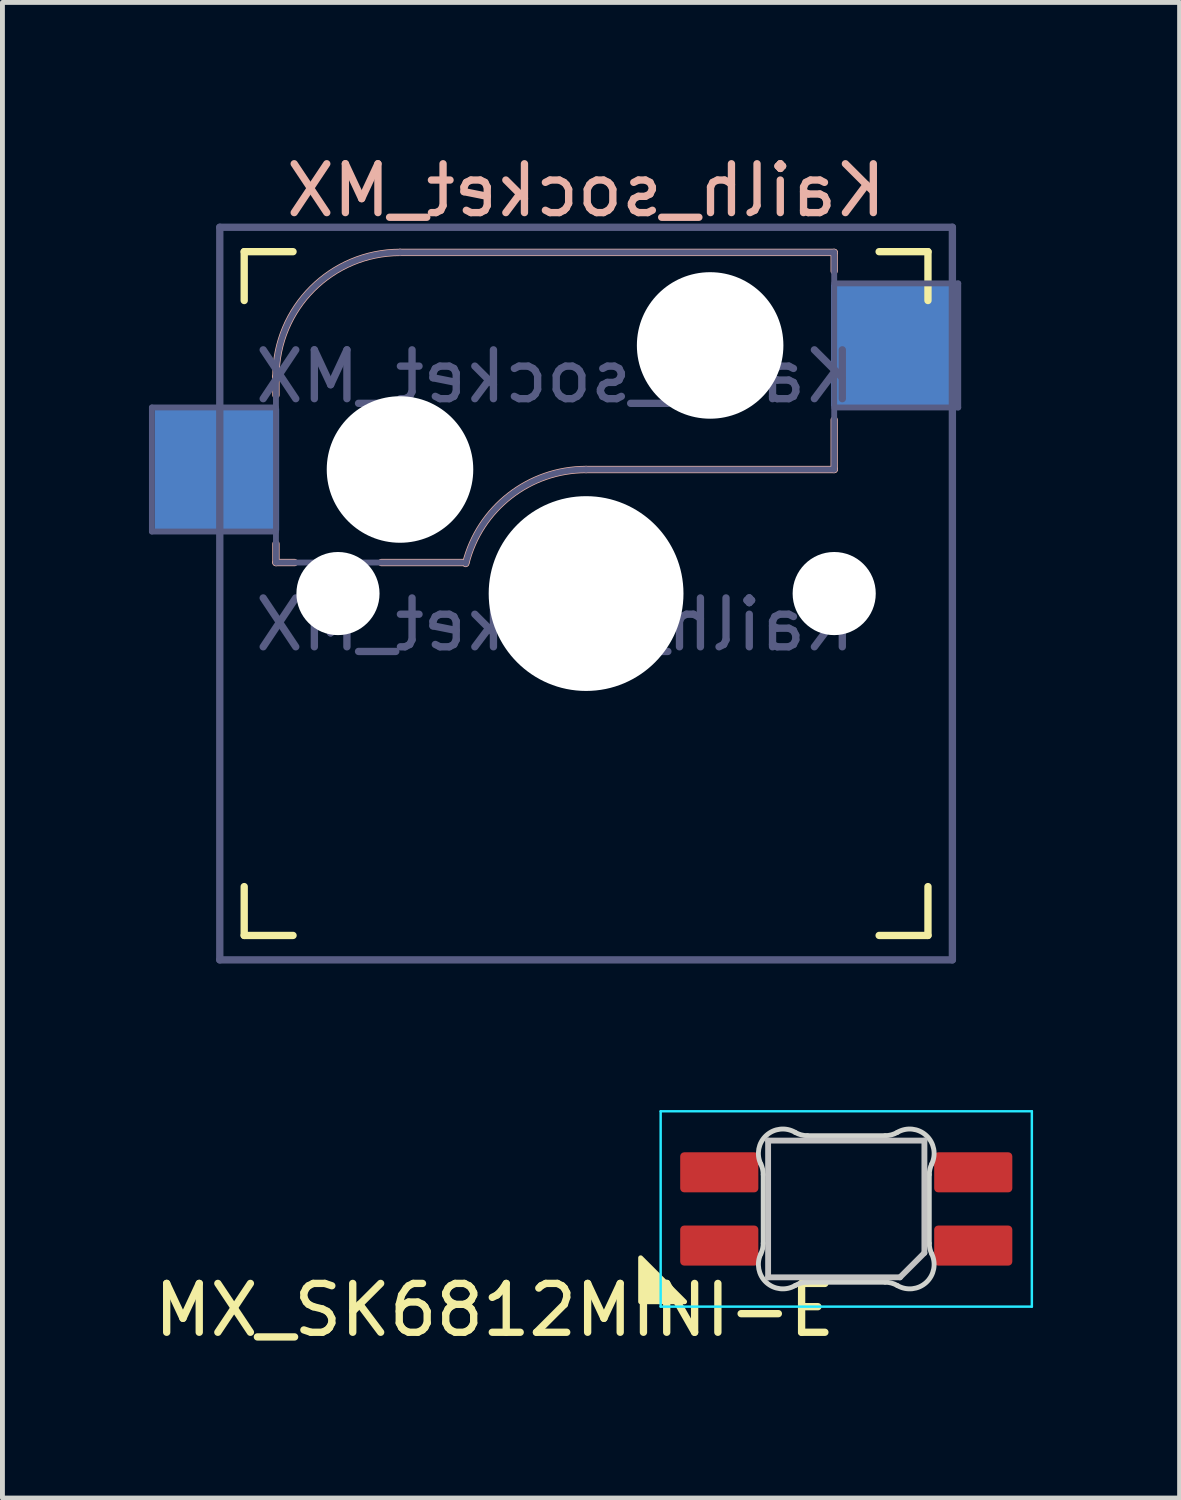
<source format=kicad_pcb>
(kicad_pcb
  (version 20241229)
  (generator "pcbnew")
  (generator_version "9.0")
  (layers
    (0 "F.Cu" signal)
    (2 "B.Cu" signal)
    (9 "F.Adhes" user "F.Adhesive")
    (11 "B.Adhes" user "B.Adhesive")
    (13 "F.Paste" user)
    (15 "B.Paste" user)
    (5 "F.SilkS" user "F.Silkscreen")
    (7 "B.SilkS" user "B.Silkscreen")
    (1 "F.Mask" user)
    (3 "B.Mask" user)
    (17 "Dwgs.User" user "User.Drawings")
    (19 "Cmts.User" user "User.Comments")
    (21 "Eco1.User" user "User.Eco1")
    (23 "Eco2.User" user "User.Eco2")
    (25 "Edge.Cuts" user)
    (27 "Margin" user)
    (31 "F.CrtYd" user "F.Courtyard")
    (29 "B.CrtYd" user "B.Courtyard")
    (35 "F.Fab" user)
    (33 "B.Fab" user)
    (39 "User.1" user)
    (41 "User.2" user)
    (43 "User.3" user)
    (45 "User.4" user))
  (footprint "MX_SK6812MINI-E"
    (layer "F.Cu")
    (at 14.277 21.703)
    (property "Reference" "MX_SK6812MINI-E" (at -7.2 2.07 0) (layer "F.SilkS") (effects (font (size 1 1) (thickness 0.15))))
    (attr through_hole)
    (fp_poly (pts (xy -3.31 1.9) (xy -4.21 1) (xy -4.21 1.9)) (stroke (width 0.1) (type solid)) (fill yes) (layer "F.SilkS"))
    (fp_line (start -1.6 -1.4) (end -1.6 1.4) (stroke (width 0.12) (type solid)) (layer "Dwgs.User"))
    (fp_line (start -1.6 1.4) (end 1.1 1.4) (stroke (width 0.12) (type solid)) (layer "Dwgs.User"))
    (fp_line (start 1.6 -1.4) (end -1.6 -1.4) (stroke (width 0.12) (type solid)) (layer "Dwgs.User"))
    (fp_line (start 1.6 0.9) (end 1.1 1.4) (stroke (width 0.12) (type solid)) (layer "Dwgs.User"))
    (fp_line (start 1.6 0.9) (end 1.6 -1.4) (stroke (width 0.12) (type solid)) (layer "Dwgs.User"))
    (fp_line (start -1.7 0.703) (end -1.7 -0.703) (stroke (width 0.1) (type solid)) (layer "Edge.Cuts"))
    (fp_line (start -0.794 -1.5) (end 0.794 -1.5) (stroke (width 0.1) (type solid)) (layer "Edge.Cuts"))
    (fp_line (start 0.794 1.5) (end -0.794 1.5) (stroke (width 0.1) (type solid)) (layer "Edge.Cuts"))
    (fp_line (start 1.7 -0.703) (end 1.7 0.703) (stroke (width 0.1) (type solid)) (layer "Edge.Cuts"))
    (fp_arc (start -1.749484 -0.919721) (mid -1.712527 -0.814069) (end -1.699999 -0.702843) (stroke (width 0.1) (type solid)) (layer "Edge.Cuts"))
    (fp_arc (start -1.749484 -0.919721) (mid -1.638071 -1.504036) (end -1.046711 -1.5683) (stroke (width 0.1) (type solid)) (layer "Edge.Cuts"))
    (fp_arc (start -1.699999 0.702842) (mid -1.712527 0.814067) (end -1.749484 0.919719) (stroke (width 0.1) (type solid)) (layer "Edge.Cuts"))
    (fp_arc (start -1.046711 1.568296) (mid -1.63807 1.504033) (end -1.749484 0.919719) (stroke (width 0.1) (type solid)) (layer "Edge.Cuts"))
    (fp_arc (start -1.04671 1.568298) (mid -0.925122 1.517376) (end -0.794452 1.499999) (stroke (width 0.1) (type solid)) (layer "Edge.Cuts"))
    (fp_arc (start -0.794453 -1.500001) (mid -0.925123 -1.517378) (end -1.046711 -1.5683) (stroke (width 0.1) (type solid)) (layer "Edge.Cuts"))
    (fp_arc (start 0.794452 1.499999) (mid 0.925123 1.517376) (end 1.046711 1.568298) (stroke (width 0.1) (type solid)) (layer "Edge.Cuts"))
    (fp_arc (start 1.046711 -1.568299) (mid 0.925123 -1.517377) (end 0.794453 -1.5) (stroke (width 0.1) (type solid)) (layer "Edge.Cuts"))
    (fp_arc (start 1.046711 -1.568299) (mid 1.63807 -1.504035) (end 1.749484 -0.919721) (stroke (width 0.1) (type solid)) (layer "Edge.Cuts"))
    (fp_arc (start 1.699999 -0.702844) (mid 1.712527 -0.814069) (end 1.749484 -0.919721) (stroke (width 0.1) (type solid)) (layer "Edge.Cuts"))
    (fp_arc (start 1.749484 0.919718) (mid 1.638072 1.504034) (end 1.046711 1.568298) (stroke (width 0.1) (type solid)) (layer "Edge.Cuts"))
    (fp_arc (start 1.749484 0.919719) (mid 1.712527 0.814067) (end 1.699999 0.702841) (stroke (width 0.1) (type solid)) (layer "Edge.Cuts"))
    (fp_line (start -3.8 -2) (end -3.8 2) (stroke (width 0.05) (type solid)) (layer "B.CrtYd"))
    (fp_line (start -3.8 2) (end 3.8 2) (stroke (width 0.05) (type solid)) (layer "B.CrtYd"))
    (fp_line (start 3.8 -2) (end -3.8 -2) (stroke (width 0.05) (type solid)) (layer "B.CrtYd"))
    (fp_line (start 3.8 2) (end 3.8 -2) (stroke (width 0.05) (type solid)) (layer "B.CrtYd"))
    (pad "1" smd roundrect (at 2.6 -0.75 90) (size 0.82 1.6) (layers "F.Cu" "F.Mask" "F.Paste") (roundrect_rratio 0.1))
    (pad "2" smd roundrect (at 2.6 0.75 90) (size 0.82 1.6) (layers "F.Cu" "F.Mask" "F.Paste") (roundrect_rratio 0.1))
    (pad "3" smd roundrect (at -2.6 0.75 90) (size 0.82 1.6) (layers "F.Cu" "F.Mask" "F.Paste") (roundrect_rratio 0.1))
    (pad "4" smd roundrect (at -2.6 -0.75 90) (size 0.82 1.6) (layers "F.Cu" "F.Mask" "F.Paste") (roundrect_rratio 0.1)))
  (footprint "Kailh_socket_MX"
    (layer "F.Cu")
    (at 8.95 9.103)
    (property "Reference" "Kailh_socket_MX" (at 0 -8.255 0) (layer "B.SilkS") (effects (font (size 1 1) (thickness 0.15)) (justify mirror)))
    (property "Value" "Kailh_socket_MX" (at 0 8.255 0) (layer "B.Fab") (hide yes) (effects (font (size 1 1) (thickness 0.15))))
    (attr smd)
    (fp_line (start -7 -6) (end -7 -7) (stroke (width 0.15) (type solid)) (layer "F.SilkS"))
    (fp_line (start -7 7) (end -7 6) (stroke (width 0.15) (type solid)) (layer "F.SilkS"))
    (fp_line (start -7 7) (end -6 7) (stroke (width 0.15) (type solid)) (layer "F.SilkS"))
    (fp_line (start -6 -7) (end -7 -7) (stroke (width 0.15) (type solid)) (layer "F.SilkS"))
    (fp_line (start 6 7) (end 7 7) (stroke (width 0.15) (type solid)) (layer "F.SilkS"))
    (fp_line (start 7 -7) (end 6 -7) (stroke (width 0.15) (type solid)) (layer "F.SilkS"))
    (fp_line (start 7 -7) (end 7 -6) (stroke (width 0.15) (type solid)) (layer "F.SilkS"))
    (fp_line (start 7 6) (end 7 7) (stroke (width 0.15) (type solid)) (layer "F.SilkS"))
    (fp_line (start -6.35 -4.445) (end -6.35 -4.064) (stroke (width 0.15) (type solid)) (layer "B.SilkS"))
    (fp_line (start -6.35 -1.016) (end -6.35 -0.635) (stroke (width 0.15) (type solid)) (layer "B.SilkS"))
    (fp_line (start -5.969 -0.635) (end -6.35 -0.635) (stroke (width 0.15) (type solid)) (layer "B.SilkS"))
    (fp_line (start -3.81 -6.985) (end 5.08 -6.985) (stroke (width 0.15) (type solid)) (layer "B.SilkS"))
    (fp_line (start -2.464 -0.635) (end -4.191 -0.635) (stroke (width 0.15) (type solid)) (layer "B.SilkS"))
    (fp_line (start 5.08 -6.985) (end 5.08 -6.604) (stroke (width 0.15) (type solid)) (layer "B.SilkS"))
    (fp_line (start 5.08 -3.556) (end 5.08 -2.54) (stroke (width 0.15) (type solid)) (layer "B.SilkS"))
    (fp_line (start 5.08 -2.54) (end 0 -2.54) (stroke (width 0.15) (type solid)) (layer "B.SilkS"))
    (fp_arc (start -6.35 -4.445) (mid -5.606051 -6.241051) (end -3.81 -6.985) (stroke (width 0.15) (type solid)) (layer "B.SilkS"))
    (fp_arc (start -2.464162 -0.61604) (mid -1.563147 -2.002042) (end 0 -2.54) (stroke (width 0.15) (type solid)) (layer "B.SilkS"))
    (fp_line (start -6.9 6.9) (end -6.9 -6.9) (stroke (width 0.15) (type solid)) (layer "Eco2.User"))
    (fp_line (start -6.9 6.9) (end 6.9 6.9) (stroke (width 0.15) (type solid)) (layer "Eco2.User"))
    (fp_line (start 6.9 -6.9) (end -6.9 -6.9) (stroke (width 0.15) (type solid)) (layer "Eco2.User"))
    (fp_line (start 6.9 -6.9) (end 6.9 6.9) (stroke (width 0.15) (type solid)) (layer "Eco2.User"))
    (fp_line (start -8.89 -3.81) (end -6.35 -3.81) (stroke (width 0.12) (type solid)) (layer "B.Fab"))
    (fp_line (start -8.89 -1.27) (end -8.89 -3.81) (stroke (width 0.12) (type solid)) (layer "B.Fab"))
    (fp_line (start -7.5 -7.5) (end 7.5 -7.5) (stroke (width 0.15) (type solid)) (layer "B.Fab"))
    (fp_line (start -7.5 7.5) (end -7.5 -7.5) (stroke (width 0.15) (type solid)) (layer "B.Fab"))
    (fp_line (start -6.35 -1.27) (end -8.89 -1.27) (stroke (width 0.12) (type solid)) (layer "B.Fab"))
    (fp_line (start -6.35 -0.635) (end -6.35 -4.445) (stroke (width 0.12) (type solid)) (layer "B.Fab"))
    (fp_line (start -6.35 -0.635) (end -2.54 -0.635) (stroke (width 0.12) (type solid)) (layer "B.Fab"))
    (fp_line (start -3.81 -6.985) (end 5.08 -6.985) (stroke (width 0.12) (type solid)) (layer "B.Fab"))
    (fp_line (start 5.08 -6.985) (end 5.08 -2.54) (stroke (width 0.12) (type solid)) (layer "B.Fab"))
    (fp_line (start 5.08 -6.35) (end 7.62 -6.35) (stroke (width 0.12) (type solid)) (layer "B.Fab"))
    (fp_line (start 5.08 -2.54) (end 0 -2.54) (stroke (width 0.12) (type solid)) (layer "B.Fab"))
    (fp_line (start 7.5 -7.5) (end 7.5 7.5) (stroke (width 0.15) (type solid)) (layer "B.Fab"))
    (fp_line (start 7.5 7.5) (end -7.5 7.5) (stroke (width 0.15) (type solid)) (layer "B.Fab"))
    (fp_line (start 7.62 -6.35) (end 7.62 -3.81) (stroke (width 0.12) (type solid)) (layer "B.Fab"))
    (fp_line (start 7.62 -3.81) (end 5.08 -3.81) (stroke (width 0.12) (type solid)) (layer "B.Fab"))
    (fp_arc (start -6.35 -4.445) (mid -5.606051 -6.241051) (end -3.81 -6.985) (stroke (width 0.12) (type solid)) (layer "B.Fab"))
    (fp_arc (start -2.464162 -0.61604) (mid -1.563147 -2.002042) (end 0 -2.54) (stroke (width 0.12) (type solid)) (layer "B.Fab"))
    (fp_text user "${VALUE}" (at -0.635 0.635 0) (layer "B.Fab") (effects (font (size 1 1) (thickness 0.15)) (justify mirror)))
    (fp_text user "${REFERENCE}" (at -0.635 -4.445 0) (layer "B.Fab") (effects (font (size 1 1) (thickness 0.15)) (justify mirror)))
    (pad "" np_thru_hole circle (at -5.08 0) (size 1.702 1.702) (drill 1.702) (layers "*.Cu" "*.Mask"))
    (pad "" np_thru_hole circle (at -3.81 -2.54) (size 3 3) (drill 3) (layers "*.Cu" "*.Mask"))
    (pad "" np_thru_hole circle (at 0 0) (size 3.988 3.988) (drill 3.988) (layers "*.Cu" "*.Mask"))
    (pad "" np_thru_hole circle (at 2.54 -5.08) (size 3 3) (drill 3) (layers "*.Cu" "*.Mask"))
    (pad "" np_thru_hole circle (at 5.08 0) (size 1.702 1.702) (drill 1.702) (layers "*.Cu" "*.Mask"))
    (pad "1" smd rect (at 6.29 -5.08) (size 2.55 2.5) (layers "B.Cu" "B.Mask" "B.Paste"))
    (pad "2" smd rect (at -7.56 -2.54) (size 2.55 2.5) (layers "B.Cu" "B.Mask" "B.Paste")))
  (gr_rect
    (start -3 -3)
    (end 21.102 27.622)
    (stroke (width 0.1) (type default))
    (fill no)
    (layer "Edge.Cuts")))
</source>
